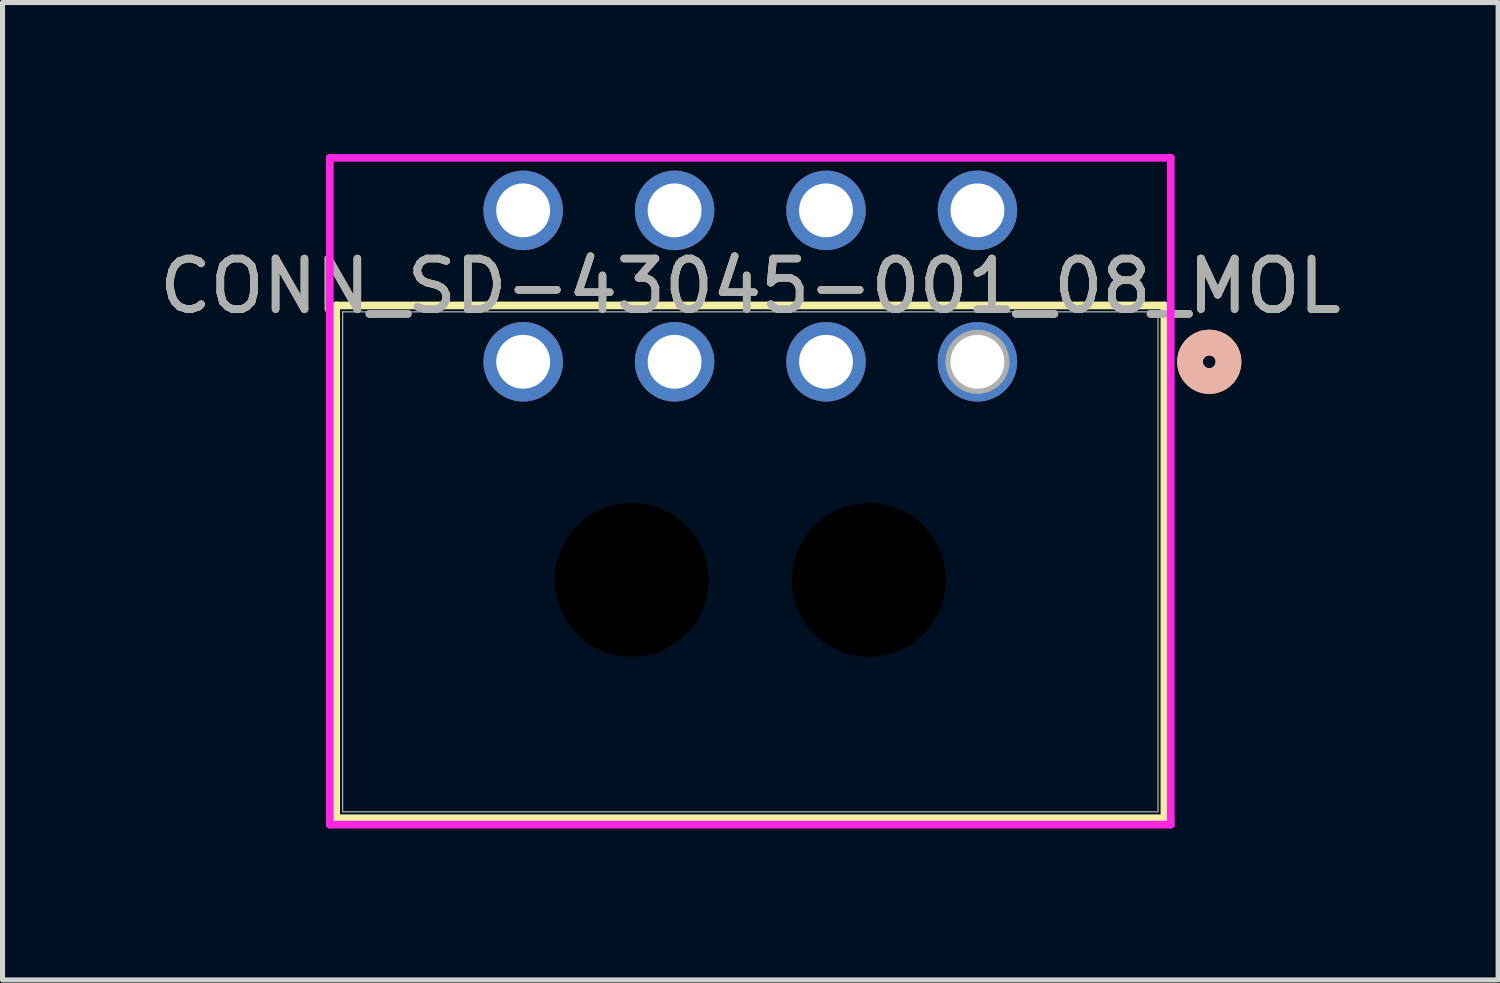
<source format=kicad_pcb>
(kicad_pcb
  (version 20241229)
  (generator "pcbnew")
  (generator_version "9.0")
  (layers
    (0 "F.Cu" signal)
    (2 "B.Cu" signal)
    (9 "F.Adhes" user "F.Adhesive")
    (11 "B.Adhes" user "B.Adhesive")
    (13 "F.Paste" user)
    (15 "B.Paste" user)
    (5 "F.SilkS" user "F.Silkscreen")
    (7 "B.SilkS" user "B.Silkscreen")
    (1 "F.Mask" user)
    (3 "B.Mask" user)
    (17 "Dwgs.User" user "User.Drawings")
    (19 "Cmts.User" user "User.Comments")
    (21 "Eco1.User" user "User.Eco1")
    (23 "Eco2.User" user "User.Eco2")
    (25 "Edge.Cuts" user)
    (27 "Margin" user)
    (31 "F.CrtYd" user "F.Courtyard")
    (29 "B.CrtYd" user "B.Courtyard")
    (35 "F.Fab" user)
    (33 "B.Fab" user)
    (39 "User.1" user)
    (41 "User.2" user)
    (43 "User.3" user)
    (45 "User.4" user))
  (footprint "CONN_SD-43045-001_08_MOL"
    (layer "F.Cu")
    (at 16.315 4.118)
    (property "Reference" "CONN_SD-43045-001_08_MOL" (at -4.5 -1.5 0) (unlocked yes) (layer "F.SilkS") (effects (font (size 1 1) (thickness 0.15))))
    (attr through_hole)
    (fp_line (start -12.704 -1.117) (end -12.704 9.043) (stroke (width 0.152) (type solid)) (layer "F.SilkS"))
    (fp_line (start -12.704 9.043) (end 3.704 9.043) (stroke (width 0.152) (type solid)) (layer "F.SilkS"))
    (fp_line (start 3.704 -1.117) (end -12.704 -1.117) (stroke (width 0.152) (type solid)) (layer "F.SilkS"))
    (fp_line (start 3.704 9.043) (end 3.704 -1.117) (stroke (width 0.152) (type solid)) (layer "F.SilkS"))
    (fp_circle (center 4.593 0) (end 4.974 0) (stroke (width 0.508) (type solid)) (fill no) (layer "F.SilkS"))
    (fp_circle (center 4.593 0) (end 4.974 0) (stroke (width 0.508) (type solid)) (fill no) (layer "B.SilkS"))
    (fp_line (start -12.831 -4.041) (end -12.831 9.17) (stroke (width 0.152) (type solid)) (layer "F.CrtYd"))
    (fp_line (start -12.831 9.17) (end 3.831 9.17) (stroke (width 0.152) (type solid)) (layer "F.CrtYd"))
    (fp_line (start 3.831 -4.041) (end -12.831 -4.041) (stroke (width 0.152) (type solid)) (layer "F.CrtYd"))
    (fp_line (start 3.831 9.17) (end 3.831 -4.041) (stroke (width 0.152) (type solid)) (layer "F.CrtYd"))
    (fp_line (start -12.577 -0.99) (end -12.577 8.916) (stroke (width 0.025) (type solid)) (layer "F.Fab"))
    (fp_line (start -12.577 8.916) (end 3.577 8.916) (stroke (width 0.025) (type solid)) (layer "F.Fab"))
    (fp_line (start 3.577 -0.99) (end -12.577 -0.99) (stroke (width 0.025) (type solid)) (layer "F.Fab"))
    (fp_line (start 3.577 8.916) (end 3.577 -0.99) (stroke (width 0.025) (type solid)) (layer "F.Fab"))
    (fp_circle (center 0 0) (end 0.381 0) (stroke (width 0.508) (type solid)) (fill no) (layer "F.Fab"))
    (fp_text user "${REFERENCE}" (at -4.5 -1.5 0) (unlocked yes) (layer "F.Fab") (effects (font (size 1 1) (thickness 0.15))))
    (pad "" np_thru_hole circle (at -6.85 4.32) (size 3.048 3.048) (drill 3.048) (layers))
    (pad "" np_thru_hole circle (at -2.15 4.32) (size 3.048 3.048) (drill 3.048) (layers))
    (pad "1" thru_hole circle (at 0 0) (size 1.575 1.575) (drill 1.067) (layers "*.Cu" "*.Mask"))
    (pad "2" thru_hole circle (at -3 0) (size 1.575 1.575) (drill 1.067) (layers "*.Cu" "*.Mask"))
    (pad "3" thru_hole circle (at -6 0) (size 1.575 1.575) (drill 1.067) (layers "*.Cu" "*.Mask"))
    (pad "4" thru_hole circle (at -9 0) (size 1.575 1.575) (drill 1.067) (layers "*.Cu" "*.Mask"))
    (pad "5" thru_hole circle (at 0 -3) (size 1.575 1.575) (drill 1.067) (layers "*.Cu" "*.Mask"))
    (pad "6" thru_hole circle (at -3 -3) (size 1.575 1.575) (drill 1.067) (layers "*.Cu" "*.Mask"))
    (pad "7" thru_hole circle (at -6 -3) (size 1.575 1.575) (drill 1.067) (layers "*.Cu" "*.Mask"))
    (pad "8" thru_hole circle (at -9 -3) (size 1.575 1.575) (drill 1.067) (layers "*.Cu" "*.Mask")))
  (gr_rect
    (start -3 -3)
    (end 26.631 16.364)
    (stroke (width 0.1) (type default))
    (fill no)
    (layer "Edge.Cuts")))
</source>
